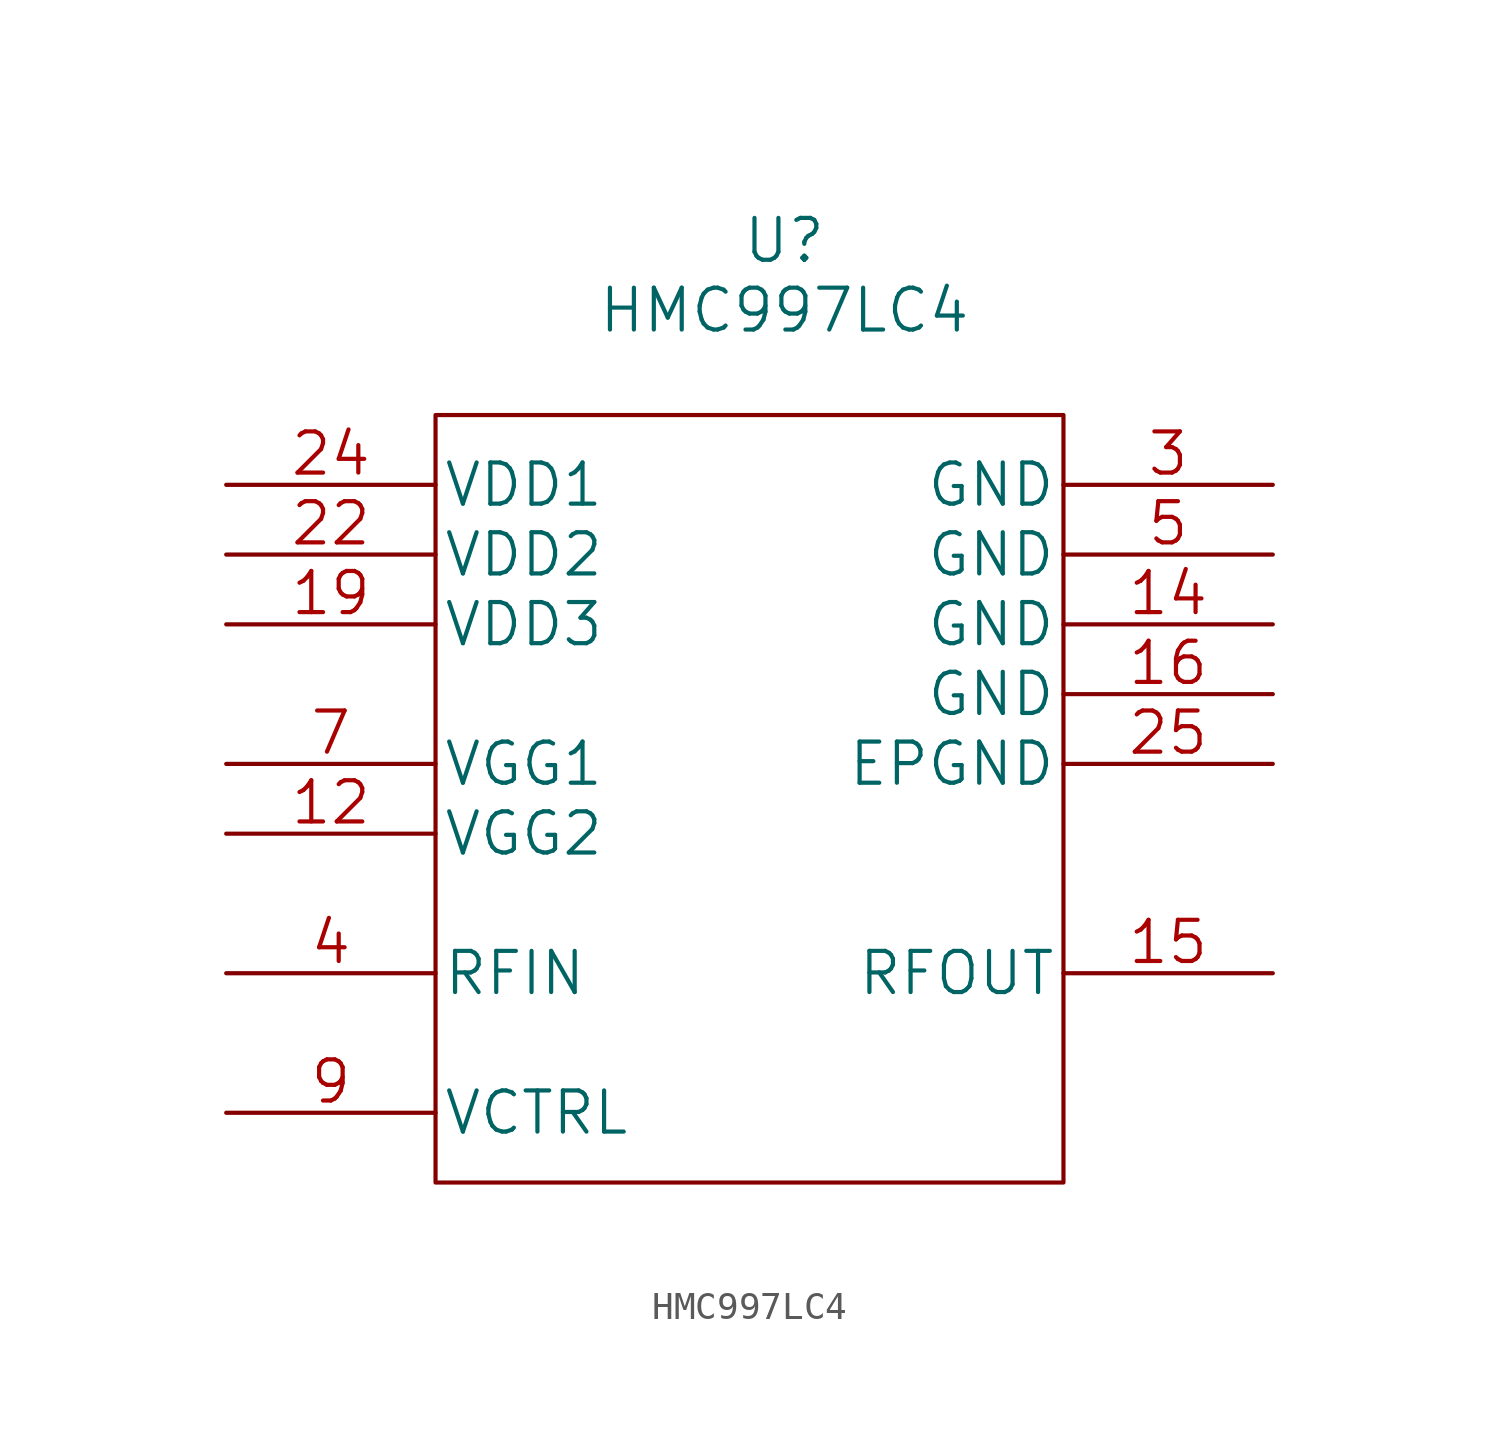
<source format=kicad_sym>
(kicad_symbol_lib
  (version 20211014)
  (generator kicad_symbol_editor)
  (symbol "HMC997LC4"
    (pin_names
      (offset 0.254))
    (property "Reference" "U"
      (at 20.32 8.89 0)
      (effects (font (size 1.524 1.524))))
    (property "Value" "HMC997LC4"
      (at 20.32 6.35 0)
      (effects (font (size 1.524 1.524))))
    (property "Datasheet" ""
      (at 0 0 0)
      (effects (font (size 1.524 1.524))))
    (property "ki_locked" ""
      (at 0 0 0)
      (effects (font (size 1.27 1.27))))
    (symbol "HMC997LC4_1_1"
      (rectangle (start 7.62 2.54) (end 30.48 -25.4) (stroke (width 0.152) (type default) (color 0 0 0 0)) (fill (type none)))
      (pin no_connect line (at 38.1 2.54 180) (length 7.62) hide (name "N/C" (effects (font (size 1.499 1.499)))) (number "1" (effects (font (size 1.499 1.499)))))
      (pin no_connect line (at 38.1 2.54 180) (length 7.62) hide (name "N/C" (effects (font (size 1.499 1.499)))) (number "10" (effects (font (size 1.499 1.499)))))
      (pin no_connect line (at 38.1 2.54 180) (length 7.62) hide (name "N/C" (effects (font (size 1.499 1.499)))) (number "11" (effects (font (size 1.499 1.499)))))
      (pin power_in line (at 0 -12.7 0) (length 7.62) (name "VGG2" (effects (font (size 1.499 1.499)))) (number "12" (effects (font (size 1.499 1.499)))))
      (pin no_connect line (at 38.1 2.54 180) (length 7.62) hide (name "N/C" (effects (font (size 1.499 1.499)))) (number "13" (effects (font (size 1.499 1.499)))))
      (pin power_in line (at 38.1 -5.08 180) (length 7.62) (name "GND" (effects (font (size 1.499 1.499)))) (number "14" (effects (font (size 1.499 1.499)))))
      (pin output line (at 38.1 -17.78 180) (length 7.62) (name "RFOUT" (effects (font (size 1.499 1.499)))) (number "15" (effects (font (size 1.499 1.499)))))
      (pin power_in line (at 38.1 -7.62 180) (length 7.62) (name "GND" (effects (font (size 1.499 1.499)))) (number "16" (effects (font (size 1.499 1.499)))))
      (pin no_connect line (at 38.1 2.54 180) (length 7.62) hide (name "N/C" (effects (font (size 1.499 1.499)))) (number "17" (effects (font (size 1.499 1.499)))))
      (pin no_connect line (at 38.1 2.54 180) (length 7.62) hide (name "N/C" (effects (font (size 1.499 1.499)))) (number "18" (effects (font (size 1.499 1.499)))))
      (pin power_in line (at 0 -5.08 0) (length 7.62) (name "VDD3" (effects (font (size 1.499 1.499)))) (number "19" (effects (font (size 1.499 1.499)))))
      (pin no_connect line (at 38.1 2.54 180) (length 7.62) hide (name "N/C" (effects (font (size 1.499 1.499)))) (number "2" (effects (font (size 1.499 1.499)))))
      (pin no_connect line (at 38.1 2.54 180) (length 7.62) hide (name "N/C" (effects (font (size 1.499 1.499)))) (number "20" (effects (font (size 1.499 1.499)))))
      (pin no_connect line (at 38.1 2.54 180) (length 7.62) hide (name "N/C" (effects (font (size 1.499 1.499)))) (number "21" (effects (font (size 1.499 1.499)))))
      (pin power_in line (at 0 -2.54 0) (length 7.62) (name "VDD2" (effects (font (size 1.499 1.499)))) (number "22" (effects (font (size 1.499 1.499)))))
      (pin no_connect line (at 38.1 2.54 180) (length 7.62) hide (name "N/C" (effects (font (size 1.499 1.499)))) (number "23" (effects (font (size 1.499 1.499)))))
      (pin power_in line (at 0 0 0) (length 7.62) (name "VDD1" (effects (font (size 1.499 1.499)))) (number "24" (effects (font (size 1.499 1.499)))))
      (pin power_in line (at 38.1 -10.16 180) (length 7.62) (name "EPGND" (effects (font (size 1.499 1.499)))) (number "25" (effects (font (size 1.499 1.499)))))
      (pin power_in line (at 38.1 0 180) (length 7.62) (name "GND" (effects (font (size 1.499 1.499)))) (number "3" (effects (font (size 1.499 1.499)))))
      (pin input line (at 0 -17.78 0) (length 7.62) (name "RFIN" (effects (font (size 1.499 1.499)))) (number "4" (effects (font (size 1.499 1.499)))))
      (pin power_in line (at 38.1 -2.54 180) (length 7.62) (name "GND" (effects (font (size 1.499 1.499)))) (number "5" (effects (font (size 1.499 1.499)))))
      (pin no_connect line (at 38.1 2.54 180) (length 7.62) hide (name "N/C" (effects (font (size 1.499 1.499)))) (number "6" (effects (font (size 1.499 1.499)))))
      (pin power_in line (at 0 -10.16 0) (length 7.62) (name "VGG1" (effects (font (size 1.499 1.499)))) (number "7" (effects (font (size 1.499 1.499)))))
      (pin no_connect line (at 38.1 2.54 180) (length 7.62) hide (name "N/C" (effects (font (size 1.499 1.499)))) (number "8" (effects (font (size 1.499 1.499)))))
      (pin input line (at 0 -22.86 0) (length 7.62) (name "VCTRL" (effects (font (size 1.499 1.499)))) (number "9" (effects (font (size 1.499 1.499))))))))
</source>
